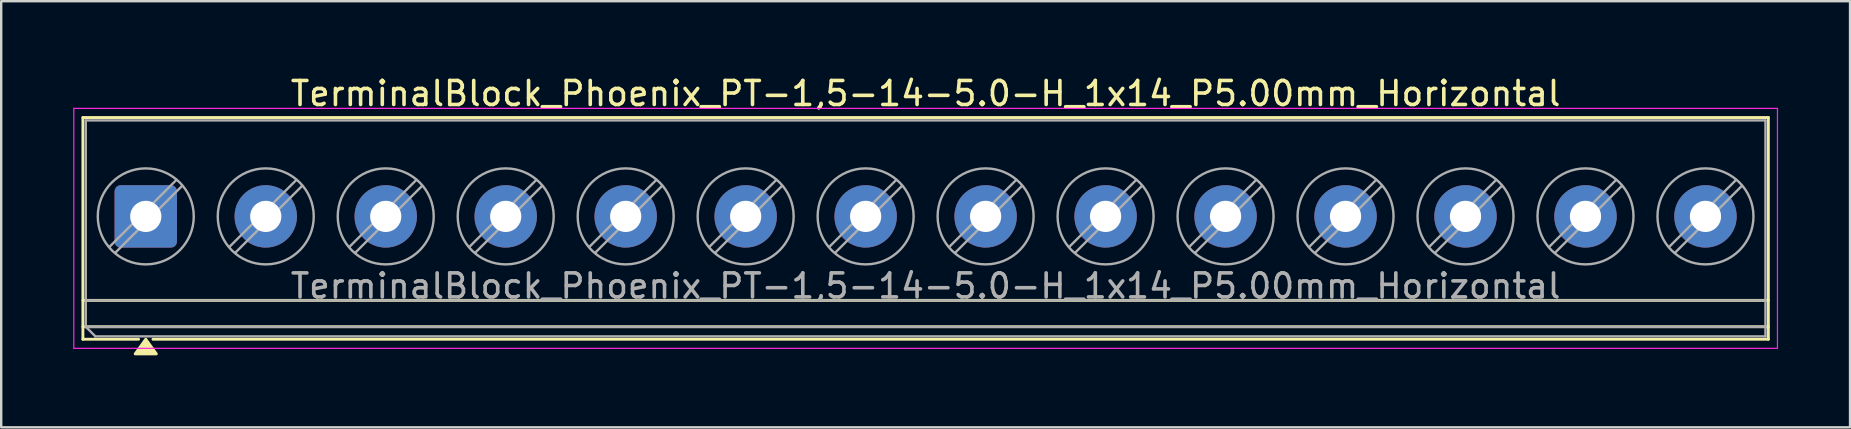
<source format=kicad_pcb>
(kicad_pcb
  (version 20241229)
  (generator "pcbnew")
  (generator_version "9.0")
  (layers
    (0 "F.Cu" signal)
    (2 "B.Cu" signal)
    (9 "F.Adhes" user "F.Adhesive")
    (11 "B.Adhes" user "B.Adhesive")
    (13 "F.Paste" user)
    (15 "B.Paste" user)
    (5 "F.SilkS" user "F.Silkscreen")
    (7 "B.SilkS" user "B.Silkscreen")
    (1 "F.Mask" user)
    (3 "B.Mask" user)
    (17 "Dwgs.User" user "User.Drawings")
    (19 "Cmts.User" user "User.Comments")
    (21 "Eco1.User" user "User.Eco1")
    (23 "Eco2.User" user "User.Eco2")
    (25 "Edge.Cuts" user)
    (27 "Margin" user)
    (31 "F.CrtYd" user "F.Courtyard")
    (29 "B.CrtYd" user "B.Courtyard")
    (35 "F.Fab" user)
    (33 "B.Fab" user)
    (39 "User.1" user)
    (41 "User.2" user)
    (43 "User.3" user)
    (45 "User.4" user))
  (footprint "TerminalBlock_Phoenix_PT-1,5-14-5.0-H_1x14_P5.00mm_Horizontal"
    (layer "F.Cu")
    (at 3.025 5.968)
    (property "Reference" "TerminalBlock_Phoenix_PT-1,5-14-5.0-H_1x14_P5.00mm_Horizontal" (at 32.5 -5.12 0) (layer "F.SilkS") (effects (font (size 1 1) (thickness 0.15))))
    (attr through_hole)
    (fp_line (start -2.62 -4.12) (end 67.62 -4.12) (stroke (width 0.12) (type solid)) (layer "F.SilkS"))
    (fp_line (start -2.62 3.5) (end 67.62 3.5) (stroke (width 0.12) (type solid)) (layer "F.SilkS"))
    (fp_line (start -2.62 4.6) (end 67.62 4.6) (stroke (width 0.12) (type solid)) (layer "F.SilkS"))
    (fp_line (start -2.62 5.12) (end -2.62 -4.12) (stroke (width 0.12) (type solid)) (layer "F.SilkS"))
    (fp_line (start -0.3 5.12) (end -2.62 5.12) (stroke (width 0.12) (type solid)) (layer "F.SilkS"))
    (fp_line (start 67.62 -4.12) (end 67.62 5.12) (stroke (width 0.12) (type solid)) (layer "F.SilkS"))
    (fp_line (start 67.62 5.12) (end 0.3 5.12) (stroke (width 0.12) (type solid)) (layer "F.SilkS"))
    (fp_poly (pts (xy 0 5.12) (xy 0.44 5.73) (xy -0.44 5.73)) (stroke (width 0.12) (type solid)) (fill yes) (layer "F.SilkS"))
    (fp_line (start -3 -4.5) (end -3 5.5) (stroke (width 0.05) (type solid)) (layer "F.CrtYd"))
    (fp_line (start -3 5.5) (end 68 5.5) (stroke (width 0.05) (type solid)) (layer "F.CrtYd"))
    (fp_line (start 68 -4.5) (end -3 -4.5) (stroke (width 0.05) (type solid)) (layer "F.CrtYd"))
    (fp_line (start 68 5.5) (end 68 -4.5) (stroke (width 0.05) (type solid)) (layer "F.CrtYd"))
    (fp_line (start -2.5 -4) (end 67.5 -4) (stroke (width 0.1) (type solid)) (layer "F.Fab"))
    (fp_line (start -2.5 3.5) (end 67.5 3.5) (stroke (width 0.1) (type solid)) (layer "F.Fab"))
    (fp_line (start -2.5 4.6) (end -2.5 -4) (stroke (width 0.1) (type solid)) (layer "F.Fab"))
    (fp_line (start -2.5 4.6) (end 67.5 4.6) (stroke (width 0.1) (type solid)) (layer "F.Fab"))
    (fp_line (start -2.1 5) (end -2.5 4.6) (stroke (width 0.1) (type solid)) (layer "F.Fab"))
    (fp_line (start 1.273 -1.517) (end -1.517 1.273) (stroke (width 0.1) (type solid)) (layer "F.Fab"))
    (fp_line (start 1.517 -1.273) (end -1.273 1.517) (stroke (width 0.1) (type solid)) (layer "F.Fab"))
    (fp_line (start 6.273 -1.517) (end 3.483 1.273) (stroke (width 0.1) (type solid)) (layer "F.Fab"))
    (fp_line (start 6.517 -1.273) (end 3.727 1.517) (stroke (width 0.1) (type solid)) (layer "F.Fab"))
    (fp_line (start 11.273 -1.517) (end 8.483 1.273) (stroke (width 0.1) (type solid)) (layer "F.Fab"))
    (fp_line (start 11.517 -1.273) (end 8.727 1.517) (stroke (width 0.1) (type solid)) (layer "F.Fab"))
    (fp_line (start 16.273 -1.517) (end 13.483 1.273) (stroke (width 0.1) (type solid)) (layer "F.Fab"))
    (fp_line (start 16.517 -1.273) (end 13.727 1.517) (stroke (width 0.1) (type solid)) (layer "F.Fab"))
    (fp_line (start 21.273 -1.517) (end 18.483 1.273) (stroke (width 0.1) (type solid)) (layer "F.Fab"))
    (fp_line (start 21.517 -1.273) (end 18.727 1.517) (stroke (width 0.1) (type solid)) (layer "F.Fab"))
    (fp_line (start 26.273 -1.517) (end 23.483 1.273) (stroke (width 0.1) (type solid)) (layer "F.Fab"))
    (fp_line (start 26.517 -1.273) (end 23.727 1.517) (stroke (width 0.1) (type solid)) (layer "F.Fab"))
    (fp_line (start 31.273 -1.517) (end 28.483 1.273) (stroke (width 0.1) (type solid)) (layer "F.Fab"))
    (fp_line (start 31.517 -1.273) (end 28.727 1.517) (stroke (width 0.1) (type solid)) (layer "F.Fab"))
    (fp_line (start 36.273 -1.517) (end 33.483 1.273) (stroke (width 0.1) (type solid)) (layer "F.Fab"))
    (fp_line (start 36.517 -1.273) (end 33.727 1.517) (stroke (width 0.1) (type solid)) (layer "F.Fab"))
    (fp_line (start 41.273 -1.517) (end 38.483 1.273) (stroke (width 0.1) (type solid)) (layer "F.Fab"))
    (fp_line (start 41.517 -1.273) (end 38.727 1.517) (stroke (width 0.1) (type solid)) (layer "F.Fab"))
    (fp_line (start 46.273 -1.517) (end 43.483 1.273) (stroke (width 0.1) (type solid)) (layer "F.Fab"))
    (fp_line (start 46.517 -1.273) (end 43.727 1.517) (stroke (width 0.1) (type solid)) (layer "F.Fab"))
    (fp_line (start 51.273 -1.517) (end 48.483 1.273) (stroke (width 0.1) (type solid)) (layer "F.Fab"))
    (fp_line (start 51.517 -1.273) (end 48.727 1.517) (stroke (width 0.1) (type solid)) (layer "F.Fab"))
    (fp_line (start 56.273 -1.517) (end 53.483 1.273) (stroke (width 0.1) (type solid)) (layer "F.Fab"))
    (fp_line (start 56.517 -1.273) (end 53.727 1.517) (stroke (width 0.1) (type solid)) (layer "F.Fab"))
    (fp_line (start 61.273 -1.517) (end 58.483 1.273) (stroke (width 0.1) (type solid)) (layer "F.Fab"))
    (fp_line (start 61.517 -1.273) (end 58.727 1.517) (stroke (width 0.1) (type solid)) (layer "F.Fab"))
    (fp_line (start 66.273 -1.517) (end 63.483 1.273) (stroke (width 0.1) (type solid)) (layer "F.Fab"))
    (fp_line (start 66.517 -1.273) (end 63.727 1.517) (stroke (width 0.1) (type solid)) (layer "F.Fab"))
    (fp_line (start 67.5 -4) (end 67.5 5) (stroke (width 0.1) (type solid)) (layer "F.Fab"))
    (fp_line (start 67.5 5) (end -2.1 5) (stroke (width 0.1) (type solid)) (layer "F.Fab"))
    (fp_circle (center 0 0) (end 2 0) (stroke (width 0.1) (type solid)) (fill no) (layer "F.Fab"))
    (fp_circle (center 5 0) (end 7 0) (stroke (width 0.1) (type solid)) (fill no) (layer "F.Fab"))
    (fp_circle (center 10 0) (end 12 0) (stroke (width 0.1) (type solid)) (fill no) (layer "F.Fab"))
    (fp_circle (center 15 0) (end 17 0) (stroke (width 0.1) (type solid)) (fill no) (layer "F.Fab"))
    (fp_circle (center 20 0) (end 22 0) (stroke (width 0.1) (type solid)) (fill no) (layer "F.Fab"))
    (fp_circle (center 25 0) (end 27 0) (stroke (width 0.1) (type solid)) (fill no) (layer "F.Fab"))
    (fp_circle (center 30 0) (end 32 0) (stroke (width 0.1) (type solid)) (fill no) (layer "F.Fab"))
    (fp_circle (center 35 0) (end 37 0) (stroke (width 0.1) (type solid)) (fill no) (layer "F.Fab"))
    (fp_circle (center 40 0) (end 42 0) (stroke (width 0.1) (type solid)) (fill no) (layer "F.Fab"))
    (fp_circle (center 45 0) (end 47 0) (stroke (width 0.1) (type solid)) (fill no) (layer "F.Fab"))
    (fp_circle (center 50 0) (end 52 0) (stroke (width 0.1) (type solid)) (fill no) (layer "F.Fab"))
    (fp_circle (center 55 0) (end 57 0) (stroke (width 0.1) (type solid)) (fill no) (layer "F.Fab"))
    (fp_circle (center 60 0) (end 62 0) (stroke (width 0.1) (type solid)) (fill no) (layer "F.Fab"))
    (fp_circle (center 65 0) (end 67 0) (stroke (width 0.1) (type solid)) (fill no) (layer "F.Fab"))
    (fp_text user "${REFERENCE}" (at 32.5 2.9 0) (layer "F.Fab") (effects (font (size 1 1) (thickness 0.15))))
    (pad "1" thru_hole roundrect (at 0 0) (size 2.6 2.6) (drill 1.3) (layers "*.Cu" "*.Mask") (roundrect_rratio 0.096))
    (pad "2" thru_hole circle (at 5 0) (size 2.6 2.6) (drill 1.3) (layers "*.Cu" "*.Mask"))
    (pad "3" thru_hole circle (at 10 0) (size 2.6 2.6) (drill 1.3) (layers "*.Cu" "*.Mask"))
    (pad "4" thru_hole circle (at 15 0) (size 2.6 2.6) (drill 1.3) (layers "*.Cu" "*.Mask"))
    (pad "5" thru_hole circle (at 20 0) (size 2.6 2.6) (drill 1.3) (layers "*.Cu" "*.Mask"))
    (pad "6" thru_hole circle (at 25 0) (size 2.6 2.6) (drill 1.3) (layers "*.Cu" "*.Mask"))
    (pad "7" thru_hole circle (at 30 0) (size 2.6 2.6) (drill 1.3) (layers "*.Cu" "*.Mask"))
    (pad "8" thru_hole circle (at 35 0) (size 2.6 2.6) (drill 1.3) (layers "*.Cu" "*.Mask"))
    (pad "9" thru_hole circle (at 40 0) (size 2.6 2.6) (drill 1.3) (layers "*.Cu" "*.Mask"))
    (pad "10" thru_hole circle (at 45 0) (size 2.6 2.6) (drill 1.3) (layers "*.Cu" "*.Mask"))
    (pad "11" thru_hole circle (at 50 0) (size 2.6 2.6) (drill 1.3) (layers "*.Cu" "*.Mask"))
    (pad "12" thru_hole circle (at 55 0) (size 2.6 2.6) (drill 1.3) (layers "*.Cu" "*.Mask"))
    (pad "13" thru_hole circle (at 60 0) (size 2.6 2.6) (drill 1.3) (layers "*.Cu" "*.Mask"))
    (pad "14" thru_hole circle (at 65 0) (size 2.6 2.6) (drill 1.3) (layers "*.Cu" "*.Mask")))
  (gr_rect
    (start -3 -3)
    (end 74.05 14.758)
    (stroke (width 0.1) (type default))
    (fill no)
    (layer "Edge.Cuts")))
</source>
